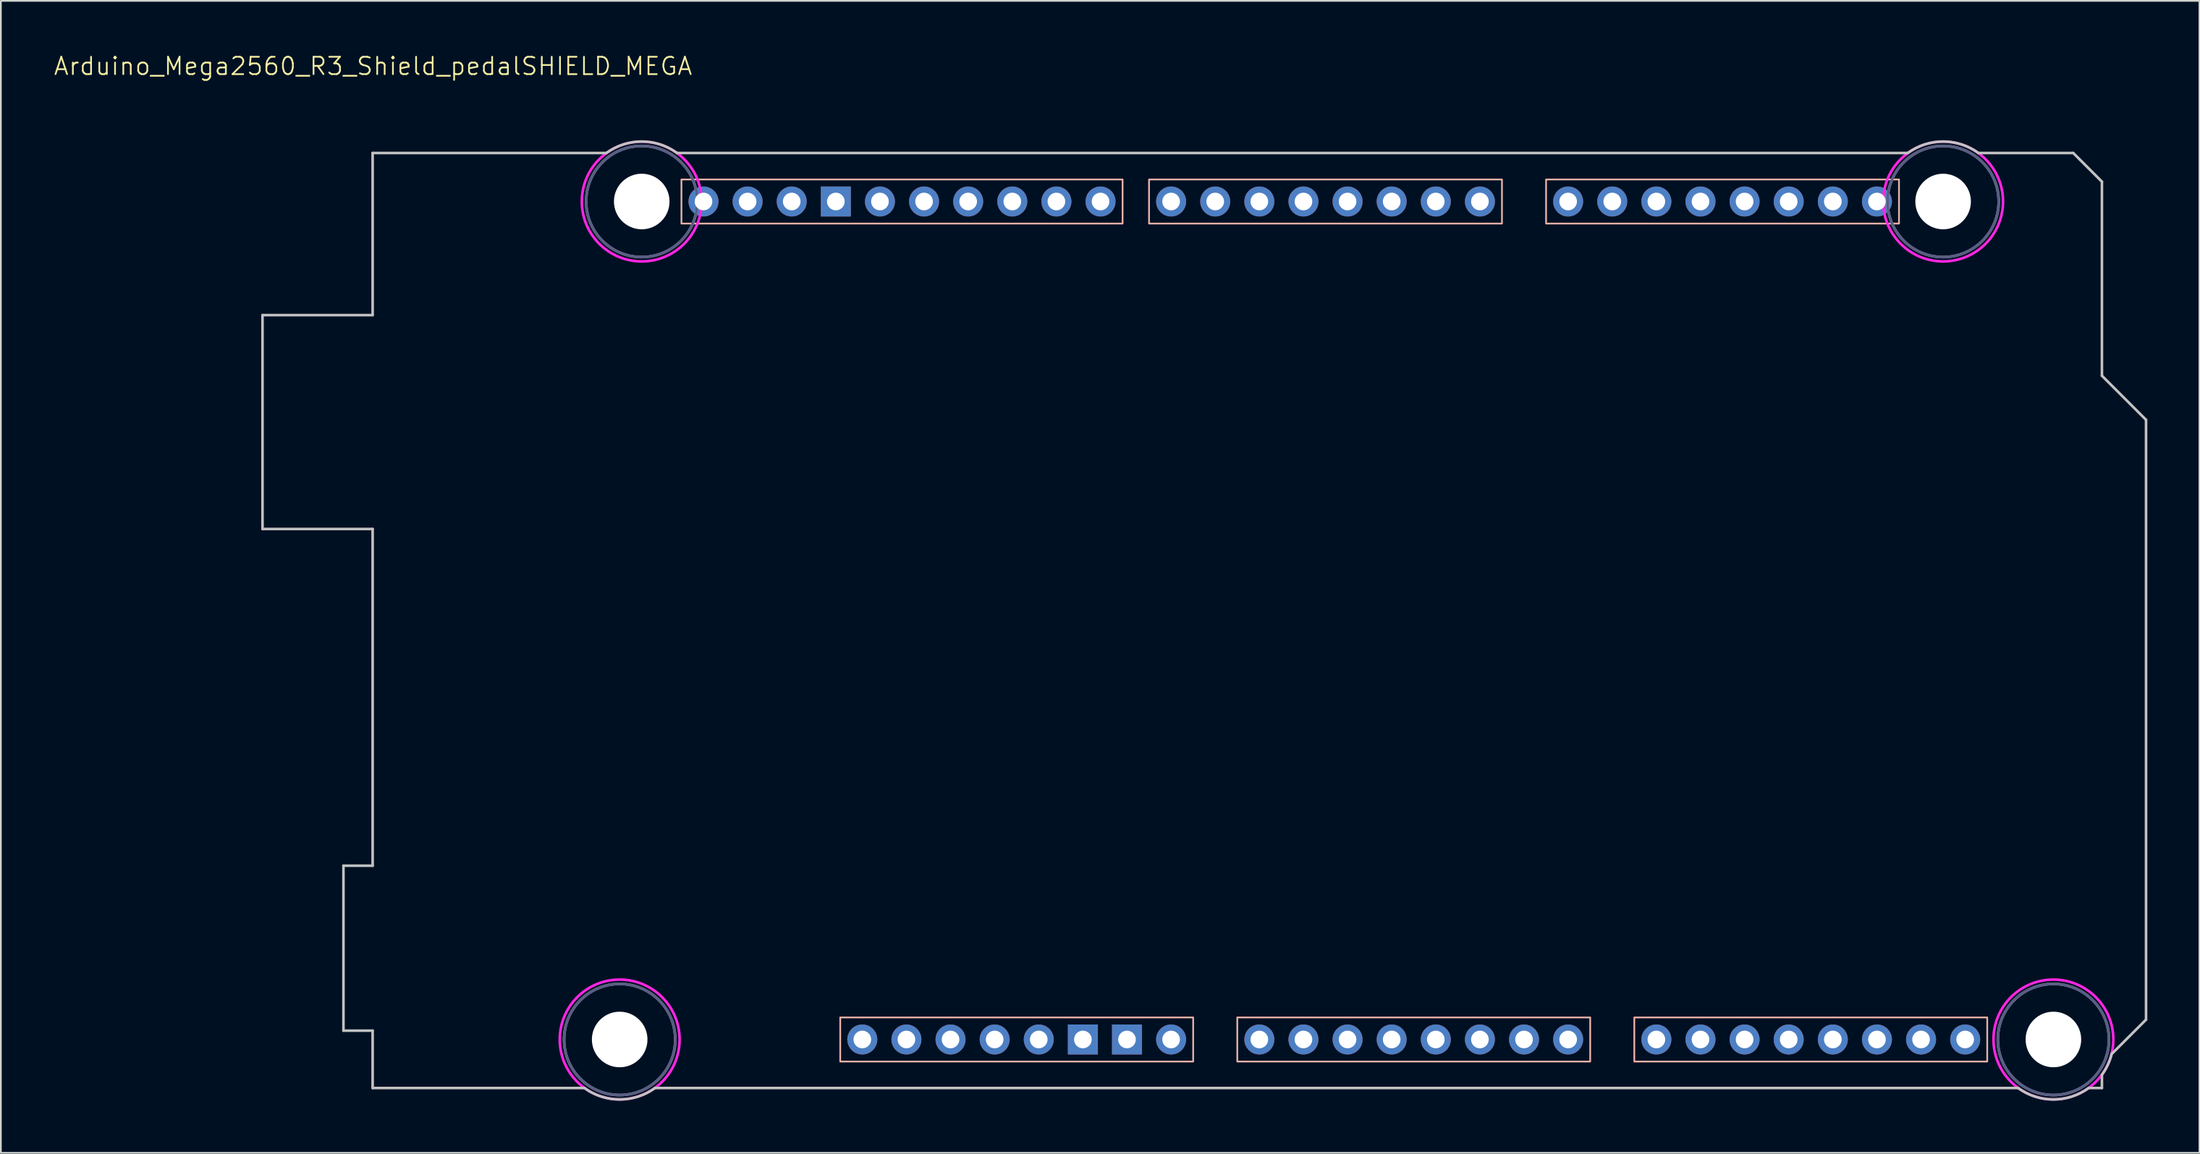
<source format=kicad_pcb>
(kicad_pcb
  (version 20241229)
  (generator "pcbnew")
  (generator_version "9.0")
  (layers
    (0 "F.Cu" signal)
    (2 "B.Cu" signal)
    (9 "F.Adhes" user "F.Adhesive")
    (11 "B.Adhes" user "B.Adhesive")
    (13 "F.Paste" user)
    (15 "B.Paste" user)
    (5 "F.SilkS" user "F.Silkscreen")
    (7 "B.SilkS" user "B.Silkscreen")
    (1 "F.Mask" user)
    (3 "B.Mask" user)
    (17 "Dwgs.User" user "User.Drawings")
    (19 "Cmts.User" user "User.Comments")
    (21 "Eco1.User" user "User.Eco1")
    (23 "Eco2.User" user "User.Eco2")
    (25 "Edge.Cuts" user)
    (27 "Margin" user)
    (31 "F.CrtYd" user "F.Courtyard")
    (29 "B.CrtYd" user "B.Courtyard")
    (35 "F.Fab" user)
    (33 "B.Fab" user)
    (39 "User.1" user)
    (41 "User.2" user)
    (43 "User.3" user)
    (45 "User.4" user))
  (footprint "Arduino_Mega2560_R3_Shield_pedalSHIELD_MEGA"
    (layer "F.Cu")
    (at 18.431 5.761)
    (property "Reference" "Arduino_Mega2560_R3_Shield_pedalSHIELD_MEGA" (at 0 -5 0) (unlocked yes) (layer "F.SilkS") (effects (font (size 1 1) (thickness 0.1))))
    (attr through_hole)
    (fp_rect (start 17.754 1.524) (end 43.154 4.064) (stroke (width 0.1) (type solid)) (fill no) (layer "B.SilkS"))
    (fp_rect (start 26.898 49.784) (end 47.218 52.324) (stroke (width 0.1) (type solid)) (fill no) (layer "B.SilkS"))
    (fp_rect (start 44.678 1.524) (end 64.998 4.064) (stroke (width 0.1) (type solid)) (fill no) (layer "B.SilkS"))
    (fp_rect (start 49.758 49.784) (end 70.078 52.324) (stroke (width 0.1) (type solid)) (fill no) (layer "B.SilkS"))
    (fp_rect (start 67.538 1.524) (end 87.858 4.064) (stroke (width 0.1) (type solid)) (fill no) (layer "B.SilkS"))
    (fp_rect (start 72.618 49.784) (end 92.938 52.324) (stroke (width 0.1) (type solid)) (fill no) (layer "B.SilkS"))
    (fp_line (start -6.366 9.336) (end -0.026 9.336) (stroke (width 0.15) (type solid)) (layer "Dwgs.User"))
    (fp_line (start -6.366 21.654) (end -6.366 9.336) (stroke (width 0.15) (type solid)) (layer "Dwgs.User"))
    (fp_line (start -1.706 41.046) (end -1.706 50.545) (stroke (width 0.15) (type solid)) (layer "Dwgs.User"))
    (fp_line (start -1.706 41.046) (end -0.026 41.046) (stroke (width 0.15) (type solid)) (layer "Dwgs.User"))
    (fp_line (start -1.706 50.545) (end -0.026 50.545) (stroke (width 0.15) (type solid)) (layer "Dwgs.User"))
    (fp_line (start -0.026 0) (end -0.026 9.336) (stroke (width 0.15) (type solid)) (layer "Dwgs.User"))
    (fp_line (start -0.026 21.654) (end -6.366 21.654) (stroke (width 0.15) (type solid)) (layer "Dwgs.User"))
    (fp_line (start -0.026 21.654) (end -0.026 41.046) (stroke (width 0.15) (type solid)) (layer "Dwgs.User"))
    (fp_line (start -0.026 50.545) (end -0.026 53.848) (stroke (width 0.15) (type solid)) (layer "Dwgs.User"))
    (fp_line (start 12.166 53.848) (end -0.026 53.848) (stroke (width 0.15) (type solid)) (layer "Dwgs.User"))
    (fp_line (start 13.436 0) (end -0.026 0) (stroke (width 0.15) (type solid)) (layer "Dwgs.User"))
    (fp_line (start 16.23 53.848) (end 94.716 53.848) (stroke (width 0.15) (type solid)) (layer "Dwgs.User"))
    (fp_line (start 17.5 0) (end 88.366 0) (stroke (width 0.15) (type solid)) (layer "Dwgs.User"))
    (fp_line (start 97.891 0) (end 92.43 0) (stroke (width 0.15) (type solid)) (layer "Dwgs.User"))
    (fp_line (start 97.891 0) (end 99.542 1.651) (stroke (width 0.15) (type solid)) (layer "Dwgs.User"))
    (fp_line (start 99.542 12.827) (end 99.542 1.651) (stroke (width 0.15) (type solid)) (layer "Dwgs.User"))
    (fp_line (start 99.542 53.848) (end 98.78 53.848) (stroke (width 0.15) (type solid)) (layer "Dwgs.User"))
    (fp_line (start 99.542 53.848) (end 99.542 53.086) (stroke (width 0.15) (type solid)) (layer "Dwgs.User"))
    (fp_line (start 100.101 51.892) (end 102.082 49.911) (stroke (width 0.15) (type solid)) (layer "Dwgs.User"))
    (fp_line (start 102.082 15.367) (end 99.542 12.827) (stroke (width 0.15) (type solid)) (layer "Dwgs.User"))
    (fp_line (start 102.082 49.911) (end 102.082 15.367) (stroke (width 0.15) (type solid)) (layer "Dwgs.User"))
    (fp_arc (start 13.436 0) (mid 15.468 -0.660237) (end 17.5 0) (stroke (width 0.15) (type solid)) (layer "Dwgs.User"))
    (fp_arc (start 16.23 53.848) (mid 14.198 54.508237) (end 12.166 53.848) (stroke (width 0.15) (type solid)) (layer "Dwgs.User"))
    (fp_arc (start 88.366 0) (mid 90.398 -0.660237) (end 92.43 0) (stroke (width 0.15) (type solid)) (layer "Dwgs.User"))
    (fp_arc (start 98.78 53.848) (mid 96.748 54.508237) (end 94.716 53.848) (stroke (width 0.15) (type solid)) (layer "Dwgs.User"))
    (fp_arc (start 100.1008 51.8922) (mid 99.878928 52.516028) (end 99.542 53.086) (stroke (width 0.15) (type solid)) (layer "Dwgs.User"))
    (fp_circle (center 14.198 51.054) (end 17.648 51.054) (stroke (width 0.15) (type solid)) (fill no) (layer "F.CrtYd"))
    (fp_circle (center 15.468 2.794) (end 18.918 2.794) (stroke (width 0.15) (type solid)) (fill no) (layer "F.CrtYd"))
    (fp_circle (center 90.398 2.794) (end 93.848 2.794) (stroke (width 0.15) (type solid)) (fill no) (layer "F.CrtYd"))
    (fp_circle (center 96.748 51.054) (end 100.198 51.054) (stroke (width 0.15) (type solid)) (fill no) (layer "F.CrtYd"))
    (fp_circle (center 14.198 51.054) (end 17.398 51.054) (stroke (width 0.15) (type solid)) (fill no) (layer "B.Fab"))
    (fp_circle (center 15.468 2.794) (end 18.668 2.794) (stroke (width 0.15) (type solid)) (fill no) (layer "B.Fab"))
    (fp_circle (center 90.398 2.794) (end 93.598 2.794) (stroke (width 0.15) (type solid)) (fill no) (layer "B.Fab"))
    (fp_circle (center 96.748 51.054) (end 99.948 51.054) (stroke (width 0.15) (type solid)) (fill no) (layer "B.Fab"))
    (fp_circle (center 14.198 51.054) (end 17.398 51.054) (stroke (width 0.15) (type solid)) (fill no) (layer "F.Fab"))
    (fp_circle (center 15.468 2.794) (end 18.668 2.794) (stroke (width 0.15) (type solid)) (fill no) (layer "F.Fab"))
    (fp_circle (center 90.398 2.794) (end 93.598 2.794) (stroke (width 0.15) (type solid)) (fill no) (layer "F.Fab"))
    (fp_circle (center 96.748 51.054) (end 99.948 51.054) (stroke (width 0.15) (type solid)) (fill no) (layer "F.Fab"))
    (pad "" np_thru_hole circle (at 14.198 51.054) (size 3.2 3.2) (drill 3.2) (layers "*.Cu" "*.Mask"))
    (pad "" np_thru_hole circle (at 15.468 2.794) (size 3.2 3.2) (drill 3.2) (layers "*.Cu" "*.Mask"))
    (pad "" thru_hole oval (at 28.168 51.054) (size 1.727 1.727) (drill 1.016) (layers "*.Cu" "*.Mask"))
    (pad "" np_thru_hole circle (at 90.398 2.794) (size 3.2 3.2) (drill 3.2) (layers "*.Cu" "*.Mask"))
    (pad "" np_thru_hole circle (at 96.748 51.054) (size 3.2 3.2) (drill 3.2) (layers "*.Cu" "*.Mask"))
    (pad "3V3" thru_hole oval (at 35.788 51.054) (size 1.727 1.727) (drill 1.016) (layers "*.Cu" "*.Mask"))
    (pad "5V1" thru_hole oval (at 38.328 51.054) (size 1.727 1.727) (drill 1.016) (layers "*.Cu" "*.Mask"))
    (pad "A0" thru_hole oval (at 51.028 51.054) (size 1.727 1.727) (drill 1.016) (layers "*.Cu" "*.Mask"))
    (pad "A1" thru_hole oval (at 53.568 51.054) (size 1.727 1.727) (drill 1.016) (layers "*.Cu" "*.Mask"))
    (pad "A2" thru_hole oval (at 56.108 51.054) (size 1.727 1.727) (drill 1.016) (layers "*.Cu" "*.Mask"))
    (pad "A3" thru_hole oval (at 58.648 51.054) (size 1.727 1.727) (drill 1.016) (layers "*.Cu" "*.Mask"))
    (pad "A4" thru_hole oval (at 61.188 51.054) (size 1.727 1.727) (drill 1.016) (layers "*.Cu" "*.Mask"))
    (pad "A5" thru_hole oval (at 63.728 51.054) (size 1.727 1.727) (drill 1.016) (layers "*.Cu" "*.Mask"))
    (pad "A6" thru_hole oval (at 66.268 51.054) (size 1.727 1.727) (drill 1.016) (layers "*.Cu" "*.Mask"))
    (pad "A7" thru_hole oval (at 68.808 51.054) (size 1.727 1.727) (drill 1.016) (layers "*.Cu" "*.Mask"))
    (pad "A8" thru_hole oval (at 73.888 51.054) (size 1.727 1.727) (drill 1.016) (layers "*.Cu" "*.Mask"))
    (pad "A9" thru_hole oval (at 76.428 51.054) (size 1.727 1.727) (drill 1.016) (layers "*.Cu" "*.Mask"))
    (pad "A10" thru_hole oval (at 78.968 51.054) (size 1.727 1.727) (drill 1.016) (layers "*.Cu" "*.Mask"))
    (pad "A11" thru_hole oval (at 81.508 51.054) (size 1.727 1.727) (drill 1.016) (layers "*.Cu" "*.Mask"))
    (pad "A12" thru_hole oval (at 84.048 51.054) (size 1.727 1.727) (drill 1.016) (layers "*.Cu" "*.Mask"))
    (pad "A13" thru_hole oval (at 86.588 51.054) (size 1.727 1.727) (drill 1.016) (layers "*.Cu" "*.Mask"))
    (pad "A14" thru_hole oval (at 89.128 51.054) (size 1.727 1.727) (drill 1.016) (layers "*.Cu" "*.Mask"))
    (pad "A15" thru_hole oval (at 91.668 51.054) (size 1.727 1.727) (drill 1.016) (layers "*.Cu" "*.Mask"))
    (pad "AREF" thru_hole oval (at 24.104 2.794) (size 1.727 1.727) (drill 1.016) (layers "*.Cu" "*.Mask"))
    (pad "D0" thru_hole oval (at 63.728 2.794) (size 1.727 1.727) (drill 1.016) (layers "*.Cu" "*.Mask"))
    (pad "D1" thru_hole oval (at 61.188 2.794) (size 1.727 1.727) (drill 1.016) (layers "*.Cu" "*.Mask"))
    (pad "D2" thru_hole oval (at 58.648 2.794) (size 1.727 1.727) (drill 1.016) (layers "*.Cu" "*.Mask"))
    (pad "D3" thru_hole oval (at 56.108 2.794) (size 1.727 1.727) (drill 1.016) (layers "*.Cu" "*.Mask"))
    (pad "D4" thru_hole oval (at 53.568 2.794) (size 1.727 1.727) (drill 1.016) (layers "*.Cu" "*.Mask"))
    (pad "D5" thru_hole oval (at 51.028 2.794) (size 1.727 1.727) (drill 1.016) (layers "*.Cu" "*.Mask"))
    (pad "D6" thru_hole oval (at 48.488 2.794) (size 1.727 1.727) (drill 1.016) (layers "*.Cu" "*.Mask"))
    (pad "D7" thru_hole oval (at 45.948 2.794) (size 1.727 1.727) (drill 1.016) (layers "*.Cu" "*.Mask"))
    (pad "D8" thru_hole oval (at 41.884 2.794) (size 1.727 1.727) (drill 1.016) (layers "*.Cu" "*.Mask"))
    (pad "D9" thru_hole oval (at 39.344 2.794) (size 1.727 1.727) (drill 1.016) (layers "*.Cu" "*.Mask"))
    (pad "D10" thru_hole oval (at 36.804 2.794) (size 1.727 1.727) (drill 1.016) (layers "*.Cu" "*.Mask"))
    (pad "D11" thru_hole oval (at 34.264 2.794) (size 1.727 1.727) (drill 1.016) (layers "*.Cu" "*.Mask"))
    (pad "D12" thru_hole oval (at 31.724 2.794) (size 1.727 1.727) (drill 1.016) (layers "*.Cu" "*.Mask"))
    (pad "D13" thru_hole oval (at 29.184 2.794) (size 1.727 1.727) (drill 1.016) (layers "*.Cu" "*.Mask"))
    (pad "D14" thru_hole oval (at 68.808 2.794) (size 1.727 1.727) (drill 1.016) (layers "*.Cu" "*.Mask"))
    (pad "D15" thru_hole oval (at 71.348 2.794) (size 1.727 1.727) (drill 1.016) (layers "*.Cu" "*.Mask"))
    (pad "D16" thru_hole oval (at 73.888 2.794) (size 1.727 1.727) (drill 1.016) (layers "*.Cu" "*.Mask"))
    (pad "D17" thru_hole oval (at 76.428 2.794) (size 1.727 1.727) (drill 1.016) (layers "*.Cu" "*.Mask"))
    (pad "D18" thru_hole oval (at 78.968 2.794) (size 1.727 1.727) (drill 1.016) (layers "*.Cu" "*.Mask"))
    (pad "D19" thru_hole oval (at 81.508 2.794) (size 1.727 1.727) (drill 1.016) (layers "*.Cu" "*.Mask"))
    (pad "D20" thru_hole oval (at 84.048 2.794) (size 1.727 1.727) (drill 1.016) (layers "*.Cu" "*.Mask"))
    (pad "D21" thru_hole oval (at 86.588 2.794) (size 1.727 1.727) (drill 1.016) (layers "*.Cu" "*.Mask"))
    (pad "GND1" thru_hole rect (at 26.644 2.794) (size 1.727 1.727) (drill 1.016) (layers "*.Cu" "*.Mask"))
    (pad "GND2" thru_hole rect (at 40.868 51.054) (size 1.727 1.727) (drill 1.016) (layers "*.Cu" "*.Mask"))
    (pad "GND3" thru_hole rect (at 43.408 51.054) (size 1.727 1.727) (drill 1.016) (layers "*.Cu" "*.Mask"))
    (pad "IORF" thru_hole oval (at 30.708 51.054) (size 1.727 1.727) (drill 1.016) (layers "*.Cu" "*.Mask"))
    (pad "RST1" thru_hole oval (at 33.248 51.054) (size 1.727 1.727) (drill 1.016) (layers "*.Cu" "*.Mask"))
    (pad "SCL" thru_hole oval (at 19.024 2.794) (size 1.727 1.727) (drill 1.016) (layers "*.Cu" "*.Mask"))
    (pad "SDA" thru_hole oval (at 21.564 2.794) (size 1.727 1.727) (drill 1.016) (layers "*.Cu" "*.Mask"))
    (pad "VIN" thru_hole oval (at 45.948 51.054) (size 1.727 1.727) (drill 1.016) (layers "*.Cu" "*.Mask")))
  (gr_rect
    (start -3 -3)
    (end 123.588 63.344)
    (stroke (width 0.1) (type default))
    (fill no)
    (layer "Edge.Cuts")))
</source>
